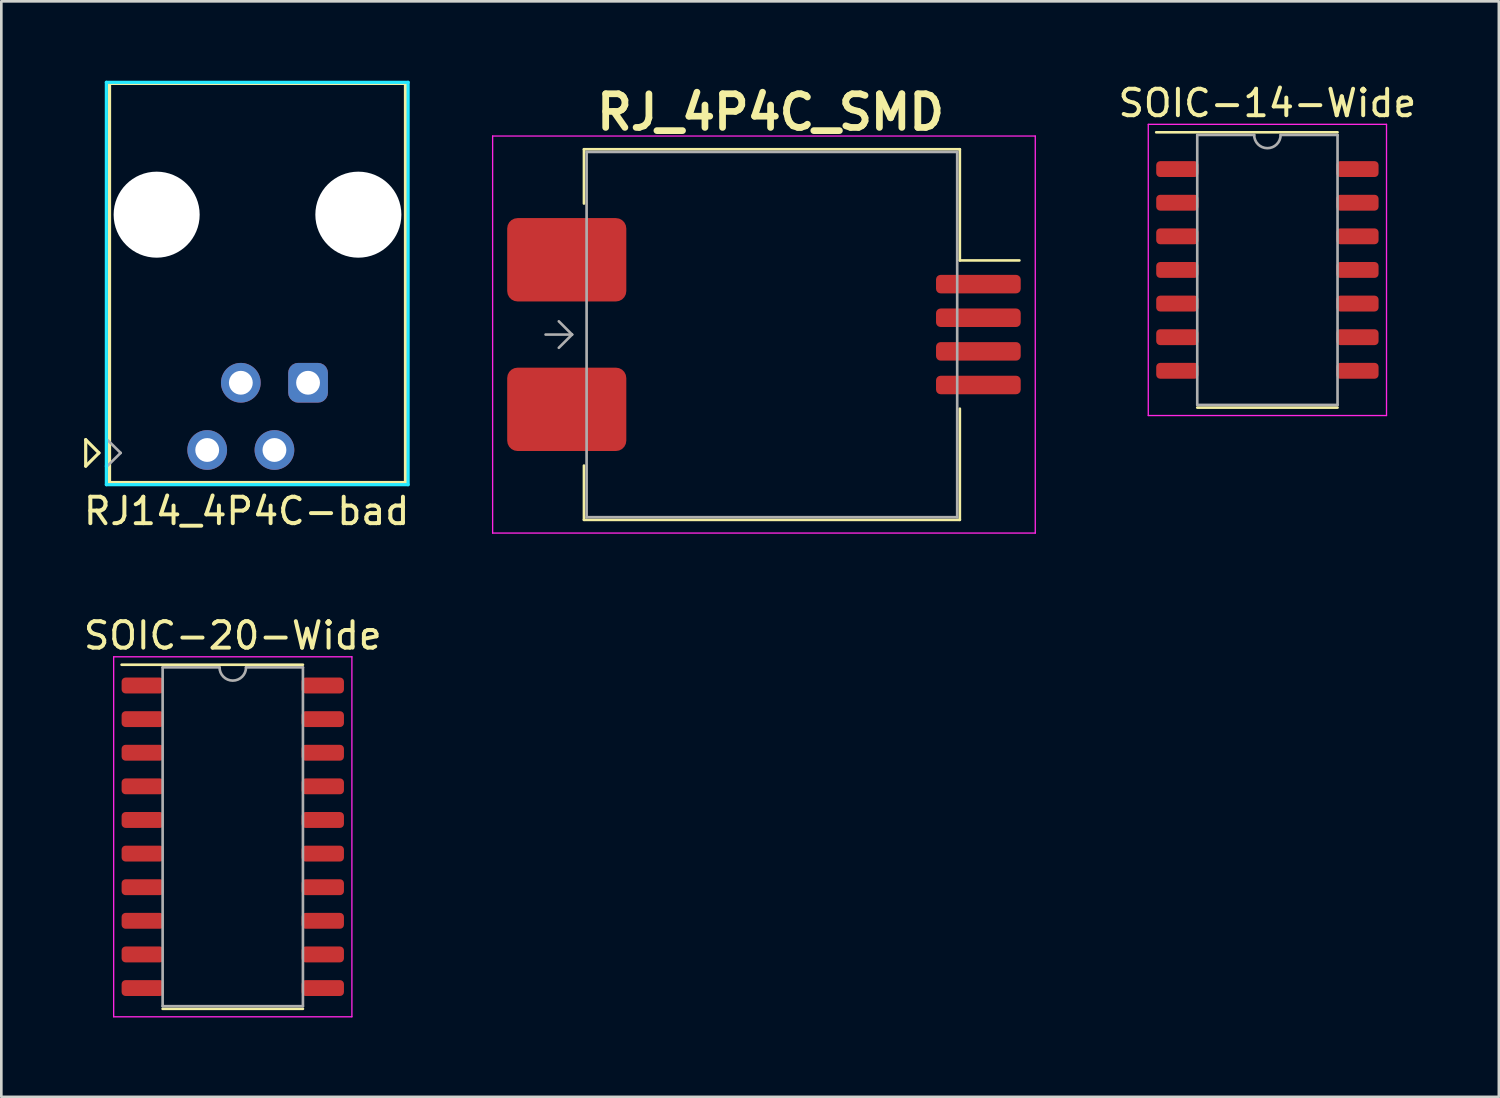
<source format=kicad_pcb>
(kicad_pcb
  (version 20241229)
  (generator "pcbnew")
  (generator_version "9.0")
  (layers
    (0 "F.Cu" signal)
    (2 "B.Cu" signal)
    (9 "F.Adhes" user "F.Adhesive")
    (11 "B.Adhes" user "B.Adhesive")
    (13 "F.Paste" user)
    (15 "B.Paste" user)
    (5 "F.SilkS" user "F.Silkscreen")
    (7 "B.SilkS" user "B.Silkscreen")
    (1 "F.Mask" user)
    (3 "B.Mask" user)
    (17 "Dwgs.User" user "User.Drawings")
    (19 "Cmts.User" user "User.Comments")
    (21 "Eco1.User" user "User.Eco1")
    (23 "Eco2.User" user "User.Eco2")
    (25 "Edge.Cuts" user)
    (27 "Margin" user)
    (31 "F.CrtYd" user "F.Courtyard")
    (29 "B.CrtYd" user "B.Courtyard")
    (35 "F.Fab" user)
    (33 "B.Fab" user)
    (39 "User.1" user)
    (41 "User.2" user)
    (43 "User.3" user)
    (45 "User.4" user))
  (footprint "SOIC-14-Wide"
    (layer "F.Cu")
    (at 44.83 7.148)
    (property "Reference" "SOIC-14-Wide" (at 0 -6.3 0) (layer "F.SilkS") (effects (font (size 1 1) (thickness 0.15))))
    (attr smd)
    (fp_line (start -4.2 -5.2) (end 2.65 -5.2) (stroke (width 0.1) (type solid)) (layer "F.SilkS"))
    (fp_line (start -2.65 5.2) (end 2.65 5.2) (stroke (width 0.1) (type solid)) (layer "F.SilkS"))
    (fp_line (start -4.5 -5.5) (end -4.5 5.5) (stroke (width 0.05) (type solid)) (layer "F.CrtYd"))
    (fp_line (start -4.5 5.5) (end 4.5 5.5) (stroke (width 0.05) (type solid)) (layer "F.CrtYd"))
    (fp_line (start 4.5 -5.5) (end -4.5 -5.5) (stroke (width 0.05) (type solid)) (layer "F.CrtYd"))
    (fp_line (start 4.5 5.5) (end 4.5 -5.5) (stroke (width 0.05) (type solid)) (layer "F.CrtYd"))
    (fp_line (start -2.65 -5.1) (end -2.65 5.1) (stroke (width 0.1) (type solid)) (layer "F.Fab"))
    (fp_line (start -2.65 -5.1) (end -0.5 -5.1) (stroke (width 0.1) (type solid)) (layer "F.Fab"))
    (fp_line (start 0.5 -5.1) (end 2.65 -5.1) (stroke (width 0.1) (type solid)) (layer "F.Fab"))
    (fp_line (start 2.65 -5.1) (end 2.65 5.1) (stroke (width 0.1) (type solid)) (layer "F.Fab"))
    (fp_line (start 2.65 5.1) (end -2.65 5.1) (stroke (width 0.1) (type solid)) (layer "F.Fab"))
    (fp_arc (start 0.5 -5.1) (mid 0 -4.6) (end -0.5 -5.1) (stroke (width 0.1) (type solid)) (layer "F.Fab"))
    (pad "1" smd roundrect (at -3.4 -3.81) (size 1.6 0.6) (layers "F.Cu" "F.Mask" "F.Paste") (roundrect_rratio 0.25))
    (pad "2" smd roundrect (at -3.4 -2.54) (size 1.6 0.6) (layers "F.Cu" "F.Mask" "F.Paste") (roundrect_rratio 0.25))
    (pad "3" smd roundrect (at -3.4 -1.27) (size 1.6 0.6) (layers "F.Cu" "F.Mask" "F.Paste") (roundrect_rratio 0.25))
    (pad "4" smd roundrect (at -3.4 0) (size 1.6 0.6) (layers "F.Cu" "F.Mask" "F.Paste") (roundrect_rratio 0.25))
    (pad "5" smd roundrect (at -3.4 1.27) (size 1.6 0.6) (layers "F.Cu" "F.Mask" "F.Paste") (roundrect_rratio 0.25))
    (pad "6" smd roundrect (at -3.4 2.54) (size 1.6 0.6) (layers "F.Cu" "F.Mask" "F.Paste") (roundrect_rratio 0.25))
    (pad "7" smd roundrect (at -3.4 3.81) (size 1.6 0.6) (layers "F.Cu" "F.Mask" "F.Paste") (roundrect_rratio 0.25))
    (pad "8" smd roundrect (at 3.4 3.81) (size 1.6 0.6) (layers "F.Cu" "F.Mask" "F.Paste") (roundrect_rratio 0.25))
    (pad "9" smd roundrect (at 3.4 2.54) (size 1.6 0.6) (layers "F.Cu" "F.Mask" "F.Paste") (roundrect_rratio 0.25))
    (pad "10" smd roundrect (at 3.4 1.27) (size 1.6 0.6) (layers "F.Cu" "F.Mask" "F.Paste") (roundrect_rratio 0.25))
    (pad "11" smd roundrect (at 3.4 0) (size 1.6 0.6) (layers "F.Cu" "F.Mask" "F.Paste") (roundrect_rratio 0.25))
    (pad "12" smd roundrect (at 3.4 -1.27) (size 1.6 0.6) (layers "F.Cu" "F.Mask" "F.Paste") (roundrect_rratio 0.25))
    (pad "13" smd roundrect (at 3.4 -2.54) (size 1.6 0.6) (layers "F.Cu" "F.Mask" "F.Paste") (roundrect_rratio 0.25))
    (pad "14" smd roundrect (at 3.4 -3.81) (size 1.6 0.6) (layers "F.Cu" "F.Mask" "F.Paste") (roundrect_rratio 0.25)))
  (footprint "RJ_4P4C_SMD"
    (layer "F.Cu")
    (at 26.061 9.589)
    (property "Reference" "RJ_4P4C_SMD" (at 0 -8.4 0) (layer "F.SilkS") (effects (font (size 1.27 1.27) (thickness 0.254))))
    (attr smd)
    (fp_line (start -7.05 -7) (end 7.15 -7) (stroke (width 0.1) (type solid)) (layer "F.SilkS"))
    (fp_line (start -7.05 -4.95) (end -7.05 -7) (stroke (width 0.1) (type solid)) (layer "F.SilkS"))
    (fp_line (start -7.05 4.95) (end -7.05 7) (stroke (width 0.1) (type solid)) (layer "F.SilkS"))
    (fp_line (start -7.05 7) (end 7.15 7) (stroke (width 0.1) (type solid)) (layer "F.SilkS"))
    (fp_line (start 7.15 -7) (end 7.15 -2.8) (stroke (width 0.1) (type solid)) (layer "F.SilkS"))
    (fp_line (start 7.15 -2.8) (end 9.4 -2.8) (stroke (width 0.1) (type solid)) (layer "F.SilkS"))
    (fp_line (start 7.15 7) (end 7.15 2.8) (stroke (width 0.1) (type solid)) (layer "F.SilkS"))
    (fp_line (start -10.5 -7.5) (end 10 -7.5) (stroke (width 0.05) (type solid)) (layer "F.CrtYd"))
    (fp_line (start -10.5 7.5) (end -10.5 -7.5) (stroke (width 0.05) (type solid)) (layer "F.CrtYd"))
    (fp_line (start 10 -7.5) (end 10 7.5) (stroke (width 0.05) (type solid)) (layer "F.CrtYd"))
    (fp_line (start 10 7.5) (end -10.5 7.5) (stroke (width 0.05) (type solid)) (layer "F.CrtYd"))
    (fp_line (start -8 -0.5) (end -7.5 0) (stroke (width 0.1) (type solid)) (layer "F.Fab"))
    (fp_line (start -7.5 0) (end -8.5 0) (stroke (width 0.1) (type solid)) (layer "F.Fab"))
    (fp_line (start -7.5 0) (end -8 0.5) (stroke (width 0.1) (type solid)) (layer "F.Fab"))
    (fp_line (start -6.95 -6.9) (end 7.05 -6.9) (stroke (width 0.1) (type solid)) (layer "F.Fab"))
    (fp_line (start -6.95 6.9) (end -6.95 -6.9) (stroke (width 0.1) (type solid)) (layer "F.Fab"))
    (fp_line (start 7.05 -6.9) (end 7.05 6.9) (stroke (width 0.1) (type solid)) (layer "F.Fab"))
    (fp_line (start 7.05 6.9) (end -6.95 6.9) (stroke (width 0.1) (type solid)) (layer "F.Fab"))
    (pad "1" smd roundrect (at 7.85 -1.905 90) (size 0.7 3.2) (layers "F.Cu" "F.Mask" "F.Paste") (roundrect_rratio 0.25))
    (pad "2" smd roundrect (at 7.85 -0.635 90) (size 0.7 3.2) (layers "F.Cu" "F.Mask" "F.Paste") (roundrect_rratio 0.25))
    (pad "3" smd roundrect (at 7.85 0.635 90) (size 0.7 3.2) (layers "F.Cu" "F.Mask" "F.Paste") (roundrect_rratio 0.25))
    (pad "4" smd roundrect (at 7.85 1.905 90) (size 0.7 3.2) (layers "F.Cu" "F.Mask" "F.Paste") (roundrect_rratio 0.25))
    (pad "MP" smd roundrect (at -7.7 -2.825 90) (size 3.15 4.5) (layers "F.Cu" "F.Mask" "F.Paste") (roundrect_rratio 0.125))
    (pad "MP" smd roundrect (at -7.7 2.825 90) (size 3.15 4.5) (layers "F.Cu" "F.Mask" "F.Paste") (roundrect_rratio 0.125)))
  (footprint "RJ14_4P4C-bad"
    (layer "F.Cu")
    (at 6.678 7.64)
    (property "Reference" "RJ14_4P4C-bad" (at -0.41 8.62 180) (layer "F.SilkS") (effects (font (size 1 1) (thickness 0.15))))
    (attr through_hole)
    (fp_line (start -6.49 5.92) (end -5.99 6.42) (stroke (width 0.12) (type solid)) (layer "F.SilkS"))
    (fp_line (start -6.49 6.92) (end -6.49 5.92) (stroke (width 0.12) (type solid)) (layer "F.SilkS"))
    (fp_line (start -5.99 6.42) (end -6.49 6.92) (stroke (width 0.12) (type solid)) (layer "F.SilkS"))
    (fp_line (start -5.59 -7.54) (end -5.59 7.54) (stroke (width 0.12) (type solid)) (layer "F.SilkS"))
    (fp_line (start -5.59 -7.54) (end 5.59 -7.54) (stroke (width 0.12) (type solid)) (layer "F.SilkS"))
    (fp_line (start 5.59 7.54) (end -5.59 7.54) (stroke (width 0.12) (type solid)) (layer "F.SilkS"))
    (fp_line (start 5.59 7.54) (end 5.59 -7.54) (stroke (width 0.12) (type solid)) (layer "F.SilkS"))
    (fp_line (start -5.71 -7.58) (end 5.69 -7.58) (stroke (width 0.12) (type solid)) (layer "B.CrtYd"))
    (fp_line (start -5.71 6.92) (end -5.71 -7.58) (stroke (width 0.12) (type solid)) (layer "B.CrtYd"))
    (fp_line (start -5.71 7.62) (end -5.71 6.92) (stroke (width 0.12) (type solid)) (layer "B.CrtYd"))
    (fp_line (start 5.69 -7.58) (end 5.69 7.62) (stroke (width 0.12) (type solid)) (layer "B.CrtYd"))
    (fp_line (start 5.69 7.62) (end -5.71 7.62) (stroke (width 0.12) (type solid)) (layer "B.CrtYd"))
    (fp_line (start -5.68 5.92) (end -5.17 6.42) (stroke (width 0.1) (type solid)) (layer "F.Fab"))
    (fp_line (start -5.17 6.42) (end -5.68 6.92) (stroke (width 0.1) (type solid)) (layer "F.Fab"))
    (pad "" np_thru_hole circle (at -3.81 -2.58 180) (size 3.25 3.25) (drill 3.25) (layers "*.Cu" "*.Mask"))
    (pad "" np_thru_hole circle (at 3.81 -2.58 180) (size 3.25 3.25) (drill 3.25) (layers "*.Cu" "*.Mask"))
    (pad "1" thru_hole roundrect (at 1.91 3.77 180) (size 1.5 1.5) (drill 0.9) (layers "*.Cu" "*.Mask") (roundrect_rratio 0.25))
    (pad "2" thru_hole circle (at 0.64 6.31 180) (size 1.5 1.5) (drill 0.9) (layers "*.Cu" "*.Mask"))
    (pad "3" thru_hole circle (at -0.63 3.77 180) (size 1.5 1.5) (drill 0.9) (layers "*.Cu" "*.Mask"))
    (pad "4" thru_hole circle (at -1.9 6.31 180) (size 1.5 1.5) (drill 0.9) (layers "*.Cu" "*.Mask")))
  (footprint "SOIC-20-Wide"
    (layer "F.Cu")
    (at 5.744 28.562)
    (property "Reference" "SOIC-20-Wide" (at 0 -7.6 0) (layer "F.SilkS") (effects (font (size 1 1) (thickness 0.15))))
    (attr smd)
    (fp_line (start -4.2 -6.5) (end 2.65 -6.5) (stroke (width 0.1) (type solid)) (layer "F.SilkS"))
    (fp_line (start -2.65 6.5) (end 2.65 6.5) (stroke (width 0.1) (type solid)) (layer "F.SilkS"))
    (fp_line (start -4.5 -6.8) (end -4.5 6.8) (stroke (width 0.05) (type solid)) (layer "F.CrtYd"))
    (fp_line (start -4.5 6.8) (end 4.5 6.8) (stroke (width 0.05) (type solid)) (layer "F.CrtYd"))
    (fp_line (start 4.5 -6.8) (end -4.5 -6.8) (stroke (width 0.05) (type solid)) (layer "F.CrtYd"))
    (fp_line (start 4.5 6.8) (end 4.5 -6.8) (stroke (width 0.05) (type solid)) (layer "F.CrtYd"))
    (fp_line (start -2.65 -6.4) (end -2.65 6.4) (stroke (width 0.1) (type solid)) (layer "F.Fab"))
    (fp_line (start -2.65 -6.4) (end -0.5 -6.4) (stroke (width 0.1) (type solid)) (layer "F.Fab"))
    (fp_line (start 0.5 -6.4) (end 2.65 -6.4) (stroke (width 0.1) (type solid)) (layer "F.Fab"))
    (fp_line (start 2.65 -6.4) (end 2.65 6.4) (stroke (width 0.1) (type solid)) (layer "F.Fab"))
    (fp_line (start 2.65 6.4) (end -2.65 6.4) (stroke (width 0.1) (type solid)) (layer "F.Fab"))
    (fp_arc (start 0.5 -6.4) (mid 0 -5.9) (end -0.5 -6.4) (stroke (width 0.1) (type solid)) (layer "F.Fab"))
    (pad "1" smd roundrect (at -3.4 -5.715) (size 1.6 0.6) (layers "F.Cu" "F.Mask" "F.Paste") (roundrect_rratio 0.25))
    (pad "2" smd roundrect (at -3.4 -4.445) (size 1.6 0.6) (layers "F.Cu" "F.Mask" "F.Paste") (roundrect_rratio 0.25))
    (pad "3" smd roundrect (at -3.4 -3.175) (size 1.6 0.6) (layers "F.Cu" "F.Mask" "F.Paste") (roundrect_rratio 0.25))
    (pad "4" smd roundrect (at -3.4 -1.905) (size 1.6 0.6) (layers "F.Cu" "F.Mask" "F.Paste") (roundrect_rratio 0.25))
    (pad "5" smd roundrect (at -3.4 -0.635) (size 1.6 0.6) (layers "F.Cu" "F.Mask" "F.Paste") (roundrect_rratio 0.25))
    (pad "6" smd roundrect (at -3.4 0.635) (size 1.6 0.6) (layers "F.Cu" "F.Mask" "F.Paste") (roundrect_rratio 0.25))
    (pad "7" smd roundrect (at -3.4 1.905) (size 1.6 0.6) (layers "F.Cu" "F.Mask" "F.Paste") (roundrect_rratio 0.25))
    (pad "8" smd roundrect (at -3.4 3.175) (size 1.6 0.6) (layers "F.Cu" "F.Mask" "F.Paste") (roundrect_rratio 0.25))
    (pad "9" smd roundrect (at -3.4 4.445) (size 1.6 0.6) (layers "F.Cu" "F.Mask" "F.Paste") (roundrect_rratio 0.25))
    (pad "10" smd roundrect (at -3.4 5.715) (size 1.6 0.6) (layers "F.Cu" "F.Mask" "F.Paste") (roundrect_rratio 0.25))
    (pad "11" smd roundrect (at 3.4 5.715) (size 1.6 0.6) (layers "F.Cu" "F.Mask" "F.Paste") (roundrect_rratio 0.25))
    (pad "12" smd roundrect (at 3.4 4.445) (size 1.6 0.6) (layers "F.Cu" "F.Mask" "F.Paste") (roundrect_rratio 0.25))
    (pad "13" smd roundrect (at 3.4 3.175) (size 1.6 0.6) (layers "F.Cu" "F.Mask" "F.Paste") (roundrect_rratio 0.25))
    (pad "14" smd roundrect (at 3.4 1.905) (size 1.6 0.6) (layers "F.Cu" "F.Mask" "F.Paste") (roundrect_rratio 0.25))
    (pad "15" smd roundrect (at 3.4 0.635) (size 1.6 0.6) (layers "F.Cu" "F.Mask" "F.Paste") (roundrect_rratio 0.25))
    (pad "16" smd roundrect (at 3.4 -0.635) (size 1.6 0.6) (layers "F.Cu" "F.Mask" "F.Paste") (roundrect_rratio 0.25))
    (pad "17" smd roundrect (at 3.4 -1.905) (size 1.6 0.6) (layers "F.Cu" "F.Mask" "F.Paste") (roundrect_rratio 0.25))
    (pad "18" smd roundrect (at 3.4 -3.175) (size 1.6 0.6) (layers "F.Cu" "F.Mask" "F.Paste") (roundrect_rratio 0.25))
    (pad "19" smd roundrect (at 3.4 -4.445) (size 1.6 0.6) (layers "F.Cu" "F.Mask" "F.Paste") (roundrect_rratio 0.25))
    (pad "20" smd roundrect (at 3.4 -5.715) (size 1.6 0.6) (layers "F.Cu" "F.Mask" "F.Paste") (roundrect_rratio 0.25)))
  (gr_rect
    (start -3 -3)
    (end 53.574 38.387)
    (stroke (width 0.1) (type default))
    (fill no)
    (layer "Edge.Cuts")))
</source>
